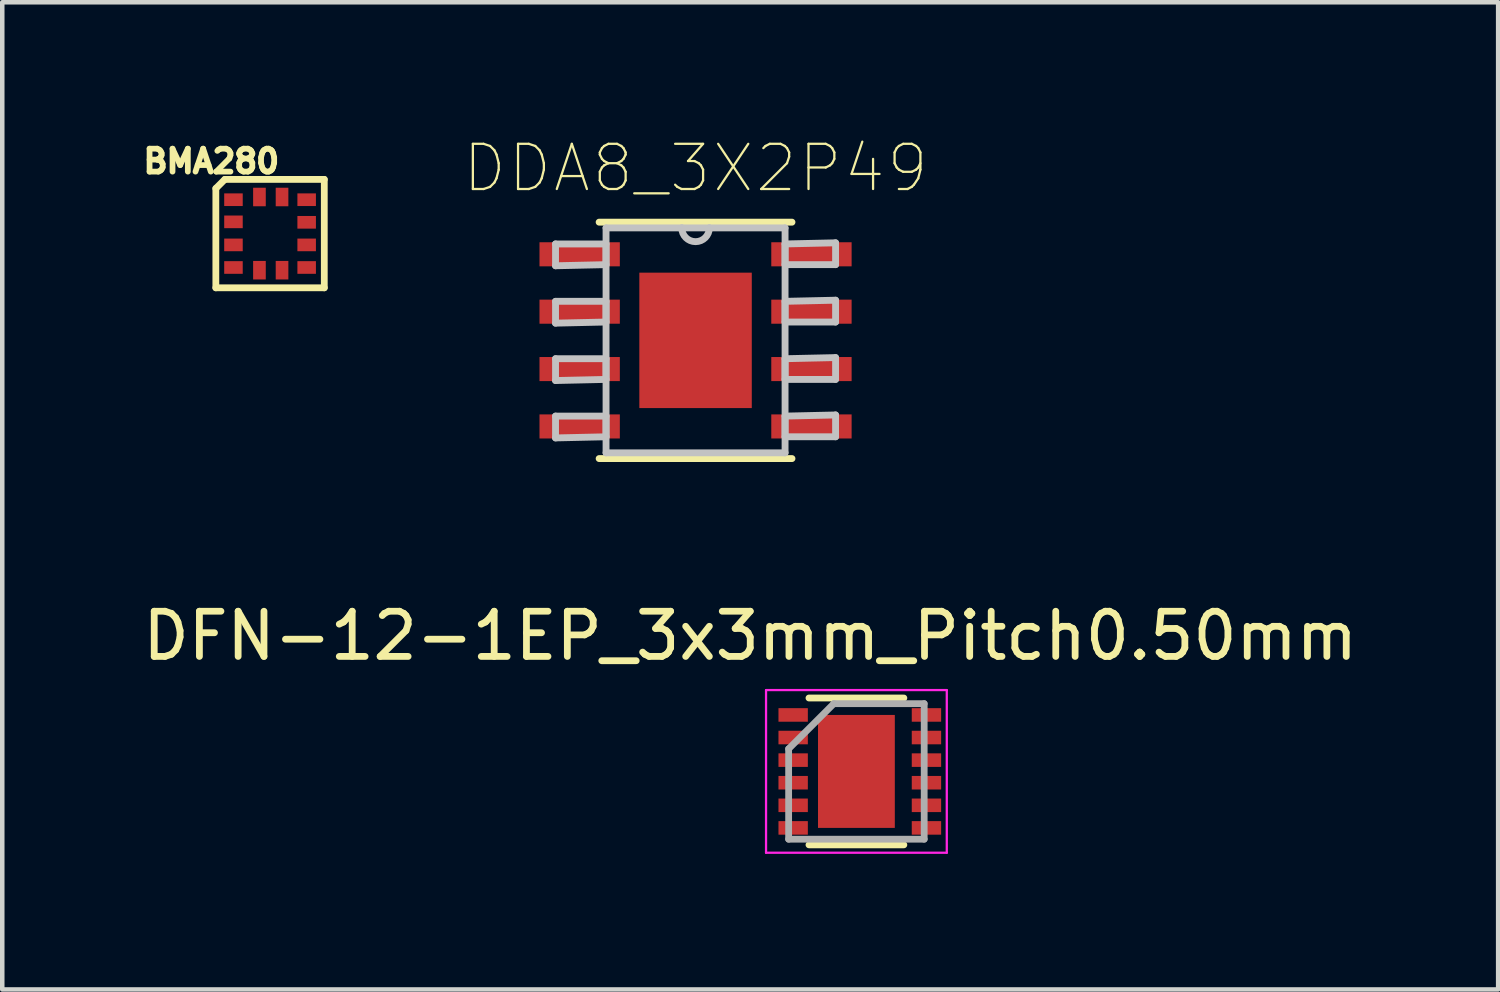
<source format=kicad_pcb>
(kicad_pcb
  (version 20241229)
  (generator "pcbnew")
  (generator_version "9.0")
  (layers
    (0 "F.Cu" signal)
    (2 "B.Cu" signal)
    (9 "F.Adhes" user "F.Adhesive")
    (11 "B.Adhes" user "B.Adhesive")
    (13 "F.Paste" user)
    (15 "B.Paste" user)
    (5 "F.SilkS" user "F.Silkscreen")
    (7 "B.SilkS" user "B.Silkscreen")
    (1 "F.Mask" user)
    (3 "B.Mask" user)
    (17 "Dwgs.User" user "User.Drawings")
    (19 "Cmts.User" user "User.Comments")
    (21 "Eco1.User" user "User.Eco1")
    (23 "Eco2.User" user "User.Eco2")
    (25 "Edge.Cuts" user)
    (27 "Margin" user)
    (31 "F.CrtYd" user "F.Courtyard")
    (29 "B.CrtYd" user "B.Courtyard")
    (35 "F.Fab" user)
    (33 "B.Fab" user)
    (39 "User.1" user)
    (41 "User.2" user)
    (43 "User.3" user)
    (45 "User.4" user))
  (footprint "DFN-12-1EP_3x3mm_Pitch0.50mm"
    (layer "F.Cu")
    (at 15.904 14.023)
    (property "Reference" "DFN-12-1EP_3x3mm_Pitch0.50mm" (at -2.35 -3 0) (layer "F.SilkS") (effects (font (size 1 1) (thickness 0.15))))
    (attr smd)
    (fp_line (start -1.05 -1.625) (end 1.05 -1.625) (stroke (width 0.15) (type solid)) (layer "F.SilkS"))
    (fp_line (start -1.05 1.625) (end 1.05 1.625) (stroke (width 0.15) (type solid)) (layer "F.SilkS"))
    (fp_line (start -2 -1.8) (end -2 1.8) (stroke (width 0.05) (type solid)) (layer "F.CrtYd"))
    (fp_line (start -2 -1.8) (end 2 -1.8) (stroke (width 0.05) (type solid)) (layer "F.CrtYd"))
    (fp_line (start -2 1.8) (end 2 1.8) (stroke (width 0.05) (type solid)) (layer "F.CrtYd"))
    (fp_line (start 2 -1.8) (end 2 1.8) (stroke (width 0.05) (type solid)) (layer "F.CrtYd"))
    (fp_line (start -1.5 -0.5) (end -0.5 -1.5) (stroke (width 0.15) (type solid)) (layer "F.Fab"))
    (fp_line (start -1.5 1.5) (end -1.5 -0.5) (stroke (width 0.15) (type solid)) (layer "F.Fab"))
    (fp_line (start -0.5 -1.5) (end 1.5 -1.5) (stroke (width 0.15) (type solid)) (layer "F.Fab"))
    (fp_line (start 1.5 -1.5) (end 1.5 1.5) (stroke (width 0.15) (type solid)) (layer "F.Fab"))
    (fp_line (start 1.5 1.5) (end -1.5 1.5) (stroke (width 0.15) (type solid)) (layer "F.Fab"))
    (pad "1" smd rect (at -1.4 -1.25) (size 0.65 0.3) (layers "F.Cu" "F.Mask" "F.Paste"))
    (pad "2" smd rect (at -1.4 -0.75) (size 0.65 0.3) (layers "F.Cu" "F.Mask" "F.Paste"))
    (pad "3" smd rect (at -1.4 -0.25) (size 0.65 0.3) (layers "F.Cu" "F.Mask" "F.Paste"))
    (pad "4" smd rect (at -1.4 0.25) (size 0.65 0.3) (layers "F.Cu" "F.Mask" "F.Paste"))
    (pad "5" smd rect (at -1.4 0.75) (size 0.65 0.3) (layers "F.Cu" "F.Mask" "F.Paste"))
    (pad "6" smd rect (at -1.4 1.25) (size 0.65 0.3) (layers "F.Cu" "F.Mask" "F.Paste"))
    (pad "7" smd rect (at 1.55 1.25) (size 0.65 0.3) (layers "F.Cu" "F.Mask" "F.Paste"))
    (pad "8" smd rect (at 1.55 0.75) (size 0.65 0.3) (layers "F.Cu" "F.Mask" "F.Paste"))
    (pad "9" smd rect (at 1.55 0.25) (size 0.65 0.3) (layers "F.Cu" "F.Mask" "F.Paste"))
    (pad "10" smd rect (at 1.55 -0.25) (size 0.65 0.3) (layers "F.Cu" "F.Mask" "F.Paste"))
    (pad "11" smd rect (at 1.55 -0.75) (size 0.65 0.3) (layers "F.Cu" "F.Mask" "F.Paste"))
    (pad "12" smd rect (at 1.55 -1.25) (size 0.65 0.3) (layers "F.Cu" "F.Mask" "F.Paste"))
    (pad "13" smd rect (at 0 0) (size 1.7 2.5) (layers "F.Cu" "F.Mask" "F.Paste")))
  (footprint "BMA280"
    (layer "F.Cu")
    (at 2.927 2.12)
    (property "Reference" "BMA280" (at -1.3 -1.6 0) (layer "F.SilkS") (effects (font (size 0.508 0.508) (thickness 0.127))))
    (attr through_hole)
    (fp_line (start -0.508 -0.508) (end 0.508 -0.508) (stroke (width 0.15) (type solid)) (layer "F.Mask"))
    (fp_line (start -0.508 0.508) (end -0.508 -0.508) (stroke (width 0.15) (type solid)) (layer "F.Mask"))
    (fp_line (start 0.508 -0.508) (end 0.508 0.508) (stroke (width 0.15) (type solid)) (layer "F.Mask"))
    (fp_line (start 0.508 0.508) (end -0.508 0.508) (stroke (width 0.15) (type solid)) (layer "F.Mask"))
    (fp_line (start -1.2 -1) (end -1 -1.2) (stroke (width 0.15) (type solid)) (layer "F.SilkS"))
    (fp_line (start -1.2 1.2) (end -1.2 -1) (stroke (width 0.15) (type solid)) (layer "F.SilkS"))
    (fp_line (start -1 -1.2) (end 1.2 -1.2) (stroke (width 0.15) (type solid)) (layer "F.SilkS"))
    (fp_line (start 1.2 -1.2) (end 1.2 1.2) (stroke (width 0.15) (type solid)) (layer "F.SilkS"))
    (fp_line (start 1.2 1.2) (end -1.2 1.2) (stroke (width 0.15) (type solid)) (layer "F.SilkS"))
    (pad "1" smd rect (at -0.81 -0.75) (size 0.41 0.28) (layers "F.Cu" "F.Mask" "F.Paste"))
    (pad "2" smd rect (at -0.81 -0.26) (size 0.41 0.28) (layers "F.Cu" "F.Mask" "F.Paste"))
    (pad "3" smd rect (at -0.81 0.25) (size 0.41 0.28) (layers "F.Cu" "F.Mask" "F.Paste"))
    (pad "4" smd rect (at -0.81 0.75) (size 0.41 0.28) (layers "F.Cu" "F.Mask" "F.Paste"))
    (pad "5" smd rect (at -0.235 0.81 90) (size 0.41 0.28) (layers "F.Cu" "F.Mask" "F.Paste"))
    (pad "6" smd rect (at 0.265 0.81 90) (size 0.41 0.28) (layers "F.Cu" "F.Mask" "F.Paste"))
    (pad "7" smd rect (at 0.81 0.75) (size 0.41 0.28) (layers "F.Cu" "F.Mask" "F.Paste"))
    (pad "8" smd rect (at 0.81 0.25) (size 0.41 0.28) (layers "F.Cu" "F.Mask" "F.Paste"))
    (pad "9" smd rect (at 0.81 -0.25) (size 0.41 0.28) (layers "F.Cu" "F.Mask" "F.Paste"))
    (pad "10" smd rect (at 0.81 -0.75) (size 0.41 0.28) (layers "F.Cu" "F.Mask" "F.Paste"))
    (pad "11" smd rect (at 0.265 -0.81 90) (size 0.41 0.28) (layers "F.Cu" "F.Mask" "F.Paste"))
    (pad "12" smd rect (at -0.235 -0.81 90) (size 0.41 0.28) (layers "F.Cu" "F.Mask" "F.Paste")))
  (footprint "DDA8_3X2P49"
    (layer "F.Cu")
    (at 12.344 4.483)
    (property "Reference" "DDA8_3X2P49" (at 0 -3.81 0) (layer "F.SilkS") (effects (font (size 1 1) (thickness 0.05))))
    (attr smd)
    (fp_line (start -2.134 2.616) (end 2.134 2.616) (stroke (width 0.152) (type solid)) (layer "F.SilkS"))
    (fp_line (start 2.134 -2.616) (end -2.134 -2.616) (stroke (width 0.152) (type solid)) (layer "F.SilkS"))
    (fp_poly (pts (xy -1.143 -1.397) (xy -1.143 -0.102) (xy 1.143 -0.102) (xy 1.143 -1.397)) (stroke (width 0) (type solid)) (fill yes) (layer "F.Paste"))
    (fp_poly (pts (xy -1.143 0.102) (xy -1.143 1.397) (xy 1.143 1.397) (xy 1.143 0.102)) (stroke (width 0) (type solid)) (fill yes) (layer "F.Paste"))
    (fp_line (start -3.099 -2.134) (end -3.099 -1.651) (stroke (width 0.152) (type solid)) (layer "Dwgs.User"))
    (fp_line (start -3.099 -1.651) (end -1.981 -1.676) (stroke (width 0.152) (type solid)) (layer "Dwgs.User"))
    (fp_line (start -3.099 -0.864) (end -3.099 -0.381) (stroke (width 0.152) (type solid)) (layer "Dwgs.User"))
    (fp_line (start -3.099 -0.381) (end -1.981 -0.406) (stroke (width 0.152) (type solid)) (layer "Dwgs.User"))
    (fp_line (start -3.099 0.406) (end -3.099 0.889) (stroke (width 0.152) (type solid)) (layer "Dwgs.User"))
    (fp_line (start -3.099 0.889) (end -1.981 0.864) (stroke (width 0.152) (type solid)) (layer "Dwgs.User"))
    (fp_line (start -3.099 1.676) (end -3.099 2.159) (stroke (width 0.152) (type solid)) (layer "Dwgs.User"))
    (fp_line (start -3.099 2.159) (end -1.981 2.134) (stroke (width 0.152) (type solid)) (layer "Dwgs.User"))
    (fp_line (start -1.981 -2.489) (end -1.981 2.489) (stroke (width 0.152) (type solid)) (layer "Dwgs.User"))
    (fp_line (start -1.981 -2.134) (end -3.099 -2.134) (stroke (width 0.152) (type solid)) (layer "Dwgs.User"))
    (fp_line (start -1.981 -1.676) (end -1.981 -2.134) (stroke (width 0.152) (type solid)) (layer "Dwgs.User"))
    (fp_line (start -1.981 -0.864) (end -3.099 -0.864) (stroke (width 0.152) (type solid)) (layer "Dwgs.User"))
    (fp_line (start -1.981 -0.406) (end -1.981 -0.864) (stroke (width 0.152) (type solid)) (layer "Dwgs.User"))
    (fp_line (start -1.981 0.406) (end -3.099 0.406) (stroke (width 0.152) (type solid)) (layer "Dwgs.User"))
    (fp_line (start -1.981 0.864) (end -1.981 0.406) (stroke (width 0.152) (type solid)) (layer "Dwgs.User"))
    (fp_line (start -1.981 1.676) (end -3.099 1.676) (stroke (width 0.152) (type solid)) (layer "Dwgs.User"))
    (fp_line (start -1.981 2.134) (end -1.981 1.676) (stroke (width 0.152) (type solid)) (layer "Dwgs.User"))
    (fp_line (start -1.981 2.489) (end 1.981 2.489) (stroke (width 0.152) (type solid)) (layer "Dwgs.User"))
    (fp_line (start -0.305 -2.489) (end -1.981 -2.489) (stroke (width 0.152) (type solid)) (layer "Dwgs.User"))
    (fp_line (start 0.305 -2.489) (end -0.305 -2.489) (stroke (width 0.152) (type solid)) (layer "Dwgs.User"))
    (fp_line (start 1.981 -2.489) (end 0.305 -2.489) (stroke (width 0.152) (type solid)) (layer "Dwgs.User"))
    (fp_line (start 1.981 -2.134) (end 1.981 -1.676) (stroke (width 0.152) (type solid)) (layer "Dwgs.User"))
    (fp_line (start 1.981 -1.676) (end 3.099 -1.676) (stroke (width 0.152) (type solid)) (layer "Dwgs.User"))
    (fp_line (start 1.981 -0.864) (end 1.981 -0.406) (stroke (width 0.152) (type solid)) (layer "Dwgs.User"))
    (fp_line (start 1.981 -0.406) (end 3.099 -0.406) (stroke (width 0.152) (type solid)) (layer "Dwgs.User"))
    (fp_line (start 1.981 0.406) (end 1.981 0.864) (stroke (width 0.152) (type solid)) (layer "Dwgs.User"))
    (fp_line (start 1.981 0.864) (end 3.099 0.864) (stroke (width 0.152) (type solid)) (layer "Dwgs.User"))
    (fp_line (start 1.981 1.676) (end 1.981 2.134) (stroke (width 0.152) (type solid)) (layer "Dwgs.User"))
    (fp_line (start 1.981 2.134) (end 3.099 2.134) (stroke (width 0.152) (type solid)) (layer "Dwgs.User"))
    (fp_line (start 1.981 2.489) (end 1.981 -2.489) (stroke (width 0.152) (type solid)) (layer "Dwgs.User"))
    (fp_line (start 3.099 -2.159) (end 1.981 -2.134) (stroke (width 0.152) (type solid)) (layer "Dwgs.User"))
    (fp_line (start 3.099 -1.676) (end 3.099 -2.159) (stroke (width 0.152) (type solid)) (layer "Dwgs.User"))
    (fp_line (start 3.099 -0.889) (end 1.981 -0.864) (stroke (width 0.152) (type solid)) (layer "Dwgs.User"))
    (fp_line (start 3.099 -0.406) (end 3.099 -0.889) (stroke (width 0.152) (type solid)) (layer "Dwgs.User"))
    (fp_line (start 3.099 0.381) (end 1.981 0.406) (stroke (width 0.152) (type solid)) (layer "Dwgs.User"))
    (fp_line (start 3.099 0.864) (end 3.099 0.381) (stroke (width 0.152) (type solid)) (layer "Dwgs.User"))
    (fp_line (start 3.099 1.651) (end 1.981 1.676) (stroke (width 0.152) (type solid)) (layer "Dwgs.User"))
    (fp_line (start 3.099 2.134) (end 3.099 1.651) (stroke (width 0.152) (type solid)) (layer "Dwgs.User"))
    (fp_arc (start 0.3048 -2.4892) (mid 0 -2.1844) (end -0.3048 -2.4892) (stroke (width 0.1524) (type solid)) (layer "Dwgs.User"))
    (pad "1" smd rect (at -2.565 -1.905) (size 1.778 0.533) (layers "F.Cu" "F.Mask" "F.Paste"))
    (pad "2" smd rect (at -2.565 -0.635) (size 1.778 0.533) (layers "F.Cu" "F.Mask" "F.Paste"))
    (pad "3" smd rect (at -2.565 0.635) (size 1.778 0.533) (layers "F.Cu" "F.Mask" "F.Paste"))
    (pad "4" smd rect (at -2.565 1.905) (size 1.778 0.533) (layers "F.Cu" "F.Mask" "F.Paste"))
    (pad "5" smd rect (at 2.565 1.905) (size 1.778 0.533) (layers "F.Cu" "F.Mask" "F.Paste"))
    (pad "6" smd rect (at 2.565 0.635) (size 1.778 0.533) (layers "F.Cu" "F.Mask" "F.Paste"))
    (pad "7" smd rect (at 2.565 -0.635) (size 1.778 0.533) (layers "F.Cu" "F.Mask" "F.Paste"))
    (pad "8" smd rect (at 2.565 -1.905) (size 1.778 0.533) (layers "F.Cu" "F.Mask" "F.Paste"))
    (pad "EPAD" smd rect (at 0 0) (size 2.489 2.997) (layers "F.Cu" "F.Mask" "F.Paste")))
  (gr_rect
    (start -3 -3)
    (end 30.107 18.848)
    (stroke (width 0.1) (type default))
    (fill no)
    (layer "Edge.Cuts")))
</source>
